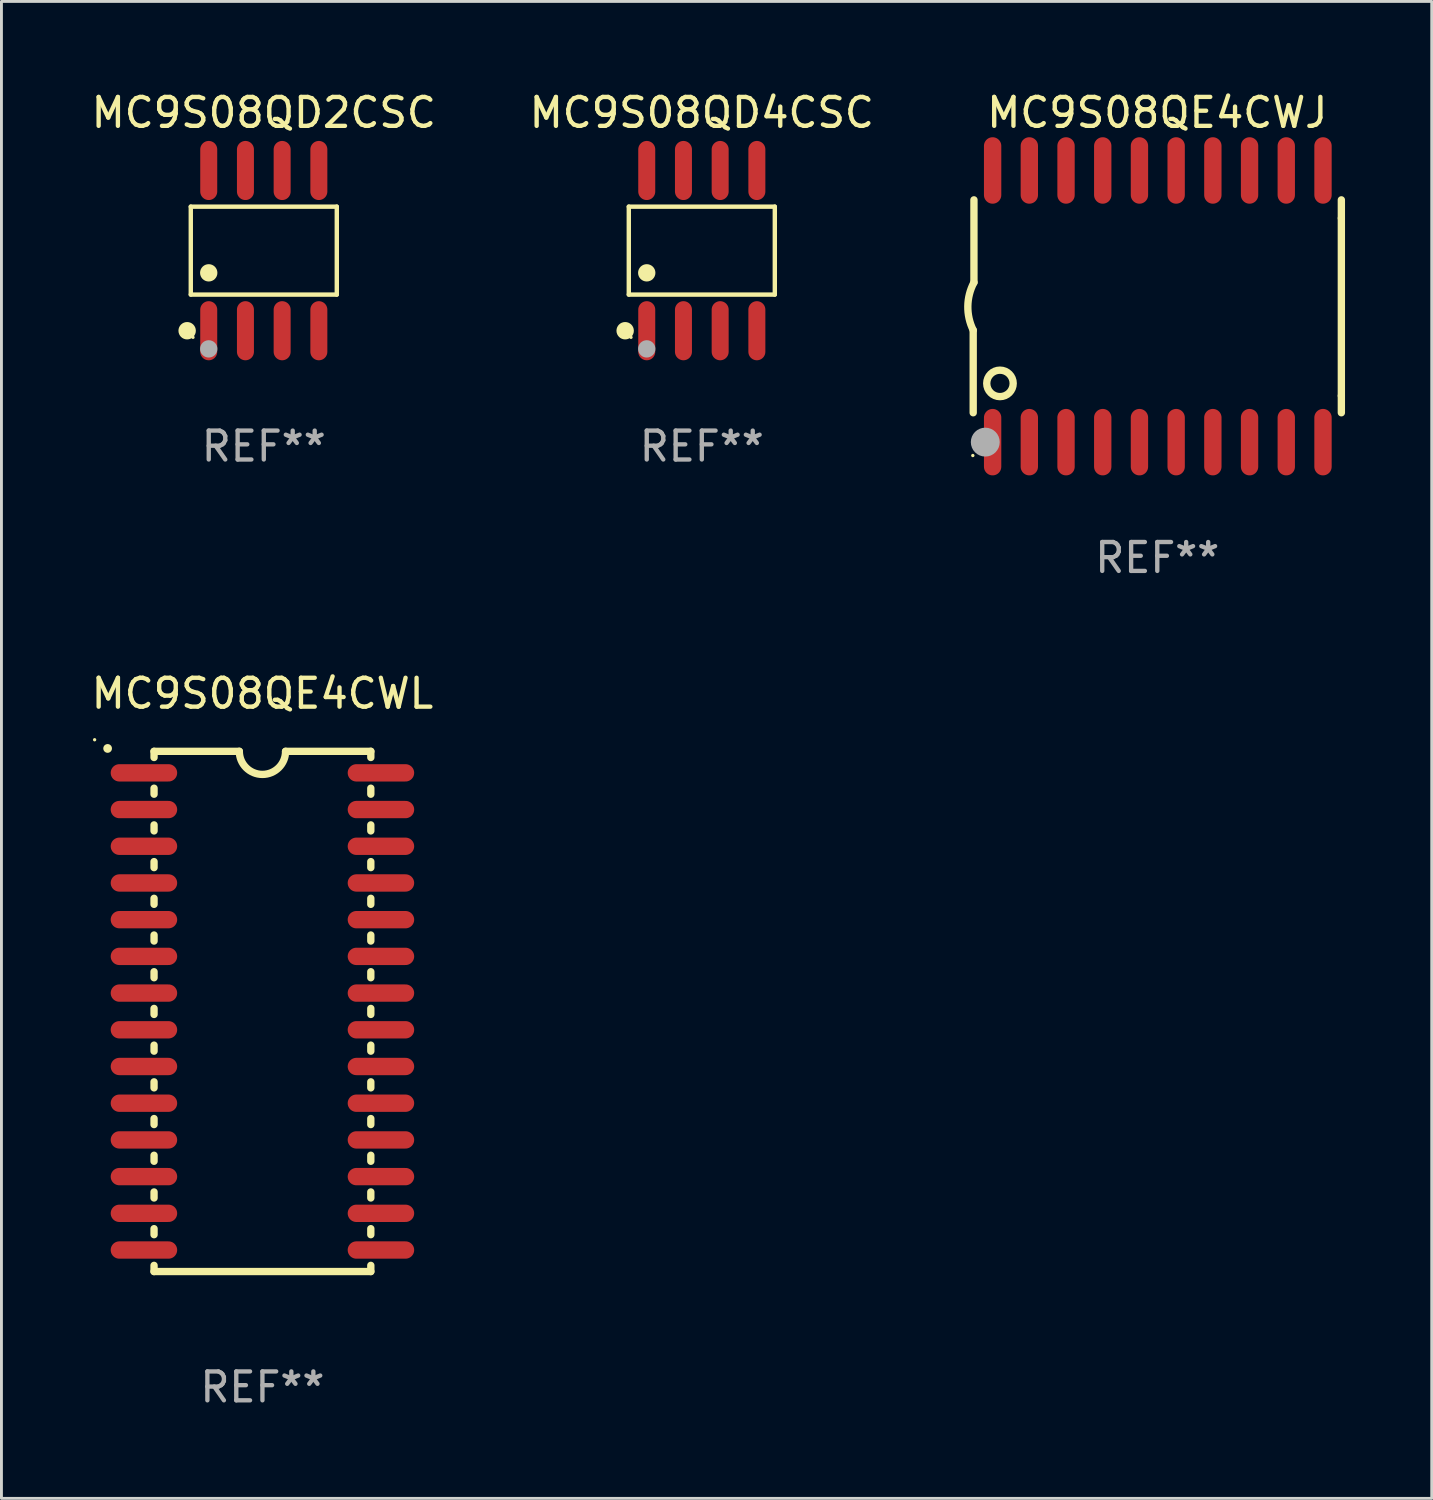
<source format=kicad_pcb>
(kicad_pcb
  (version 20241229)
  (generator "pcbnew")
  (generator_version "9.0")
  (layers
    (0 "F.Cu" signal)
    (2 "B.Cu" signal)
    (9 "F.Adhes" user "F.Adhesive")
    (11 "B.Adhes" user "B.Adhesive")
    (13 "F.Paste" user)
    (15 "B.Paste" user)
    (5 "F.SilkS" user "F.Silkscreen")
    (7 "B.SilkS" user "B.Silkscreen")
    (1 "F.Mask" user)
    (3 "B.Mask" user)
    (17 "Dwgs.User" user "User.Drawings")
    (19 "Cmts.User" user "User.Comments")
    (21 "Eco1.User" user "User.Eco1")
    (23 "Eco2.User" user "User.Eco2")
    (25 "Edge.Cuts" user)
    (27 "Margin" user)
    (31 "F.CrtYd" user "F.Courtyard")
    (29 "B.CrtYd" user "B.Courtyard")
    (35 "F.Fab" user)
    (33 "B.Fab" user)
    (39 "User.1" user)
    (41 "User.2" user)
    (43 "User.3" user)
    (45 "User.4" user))
  (footprint "MC9S08QE4CWL"
    (layer "F.Cu")
    (at 6.03 31.945)
    (property "Reference" "MC9S08QE4CWL" (at 0 -11 0) (layer "F.SilkS") (effects (font (size 1 1) (thickness 0.15))))
    (attr through_hole)
    (fp_line (start -3.75 -9) (end -3.75 -8.786) (stroke (width 0.254) (type solid)) (layer "F.SilkS"))
    (fp_line (start -3.75 -9) (end -0.8 -9) (stroke (width 0.254) (type solid)) (layer "F.SilkS"))
    (fp_line (start -3.75 -7.724) (end -3.75 -7.516) (stroke (width 0.254) (type solid)) (layer "F.SilkS"))
    (fp_line (start -3.75 -6.454) (end -3.75 -6.246) (stroke (width 0.254) (type solid)) (layer "F.SilkS"))
    (fp_line (start -3.75 -5.184) (end -3.75 -4.976) (stroke (width 0.254) (type solid)) (layer "F.SilkS"))
    (fp_line (start -3.75 -3.914) (end -3.75 -3.706) (stroke (width 0.254) (type solid)) (layer "F.SilkS"))
    (fp_line (start -3.75 -2.644) (end -3.75 -2.436) (stroke (width 0.254) (type solid)) (layer "F.SilkS"))
    (fp_line (start -3.75 -1.374) (end -3.75 -1.166) (stroke (width 0.254) (type solid)) (layer "F.SilkS"))
    (fp_line (start -3.75 -0.104) (end -3.75 0.104) (stroke (width 0.254) (type solid)) (layer "F.SilkS"))
    (fp_line (start -3.75 1.166) (end -3.75 1.374) (stroke (width 0.254) (type solid)) (layer "F.SilkS"))
    (fp_line (start -3.75 2.436) (end -3.75 2.644) (stroke (width 0.254) (type solid)) (layer "F.SilkS"))
    (fp_line (start -3.75 3.706) (end -3.75 3.914) (stroke (width 0.254) (type solid)) (layer "F.SilkS"))
    (fp_line (start -3.75 4.976) (end -3.75 5.184) (stroke (width 0.254) (type solid)) (layer "F.SilkS"))
    (fp_line (start -3.75 6.246) (end -3.75 6.454) (stroke (width 0.254) (type solid)) (layer "F.SilkS"))
    (fp_line (start -3.75 7.516) (end -3.75 7.724) (stroke (width 0.254) (type solid)) (layer "F.SilkS"))
    (fp_line (start -3.75 8.786) (end -3.75 9) (stroke (width 0.254) (type solid)) (layer "F.SilkS"))
    (fp_line (start 3.75 -9) (end 0.8 -9) (stroke (width 0.254) (type solid)) (layer "F.SilkS"))
    (fp_line (start 3.75 -9) (end 3.75 -8.786) (stroke (width 0.254) (type solid)) (layer "F.SilkS"))
    (fp_line (start 3.75 -7.724) (end 3.75 -7.516) (stroke (width 0.254) (type solid)) (layer "F.SilkS"))
    (fp_line (start 3.75 -6.454) (end 3.75 -6.246) (stroke (width 0.254) (type solid)) (layer "F.SilkS"))
    (fp_line (start 3.75 -5.184) (end 3.75 -4.976) (stroke (width 0.254) (type solid)) (layer "F.SilkS"))
    (fp_line (start 3.75 -3.914) (end 3.75 -3.706) (stroke (width 0.254) (type solid)) (layer "F.SilkS"))
    (fp_line (start 3.75 -2.644) (end 3.75 -2.436) (stroke (width 0.254) (type solid)) (layer "F.SilkS"))
    (fp_line (start 3.75 -1.374) (end 3.75 -1.166) (stroke (width 0.254) (type solid)) (layer "F.SilkS"))
    (fp_line (start 3.75 -0.104) (end 3.75 0.104) (stroke (width 0.254) (type solid)) (layer "F.SilkS"))
    (fp_line (start 3.75 1.166) (end 3.75 1.374) (stroke (width 0.254) (type solid)) (layer "F.SilkS"))
    (fp_line (start 3.75 2.436) (end 3.75 2.644) (stroke (width 0.254) (type solid)) (layer "F.SilkS"))
    (fp_line (start 3.75 3.706) (end 3.75 3.914) (stroke (width 0.254) (type solid)) (layer "F.SilkS"))
    (fp_line (start 3.75 4.976) (end 3.75 5.184) (stroke (width 0.254) (type solid)) (layer "F.SilkS"))
    (fp_line (start 3.75 6.246) (end 3.75 6.454) (stroke (width 0.254) (type solid)) (layer "F.SilkS"))
    (fp_line (start 3.75 7.516) (end 3.75 7.724) (stroke (width 0.254) (type solid)) (layer "F.SilkS"))
    (fp_line (start 3.75 8.786) (end 3.75 9) (stroke (width 0.254) (type solid)) (layer "F.SilkS"))
    (fp_line (start 3.75 9) (end -3.75 9) (stroke (width 0.254) (type solid)) (layer "F.SilkS"))
    (fp_arc (start -5.356414 -9.098298) (mid -5.356419 -9.099568) (end -5.356414 -9.100838) (stroke (width 0.3) (type solid)) (layer "F.SilkS"))
    (fp_arc (start 0.800076 -9.000025) (mid -0.000102 -8.201067) (end -0.799466 -9.000838) (stroke (width 0.254001) (type solid)) (layer "F.SilkS"))
    (fp_circle (center -5.806 -9.4) (end -5.776 -9.4) (stroke (width 0.06) (type solid)) (fill no) (layer "F.SilkS"))
    (fp_text user "REF**" (at 0 13 0) (layer "F.Fab") (effects (font (size 1 1) (thickness 0.15))))
    (pad "1" smd oval (at -4.1 -8.255 90) (size 0.6 2.3) (layers "F.Cu" "F.Mask" "F.Paste"))
    (pad "2" smd oval (at -4.1 -6.985 90) (size 0.6 2.3) (layers "F.Cu" "F.Mask" "F.Paste"))
    (pad "3" smd oval (at -4.1 -5.715 90) (size 0.6 2.3) (layers "F.Cu" "F.Mask" "F.Paste"))
    (pad "4" smd oval (at -4.1 -4.445 90) (size 0.6 2.3) (layers "F.Cu" "F.Mask" "F.Paste"))
    (pad "5" smd oval (at -4.1 -3.175 90) (size 0.6 2.3) (layers "F.Cu" "F.Mask" "F.Paste"))
    (pad "6" smd oval (at -4.1 -1.905 90) (size 0.6 2.3) (layers "F.Cu" "F.Mask" "F.Paste"))
    (pad "7" smd oval (at -4.1 -0.635 90) (size 0.6 2.3) (layers "F.Cu" "F.Mask" "F.Paste"))
    (pad "8" smd oval (at -4.1 0.635 90) (size 0.6 2.3) (layers "F.Cu" "F.Mask" "F.Paste"))
    (pad "9" smd oval (at -4.1 1.905 90) (size 0.6 2.3) (layers "F.Cu" "F.Mask" "F.Paste"))
    (pad "10" smd oval (at -4.1 3.175 90) (size 0.6 2.3) (layers "F.Cu" "F.Mask" "F.Paste"))
    (pad "11" smd oval (at -4.1 4.445 90) (size 0.6 2.3) (layers "F.Cu" "F.Mask" "F.Paste"))
    (pad "12" smd oval (at -4.1 5.715 90) (size 0.6 2.3) (layers "F.Cu" "F.Mask" "F.Paste"))
    (pad "13" smd oval (at -4.1 6.985 90) (size 0.6 2.3) (layers "F.Cu" "F.Mask" "F.Paste"))
    (pad "14" smd oval (at -4.1 8.255 90) (size 0.6 2.3) (layers "F.Cu" "F.Mask" "F.Paste"))
    (pad "15" smd oval (at 4.1 8.255 90) (size 0.6 2.3) (layers "F.Cu" "F.Mask" "F.Paste"))
    (pad "16" smd oval (at 4.1 6.985 90) (size 0.6 2.3) (layers "F.Cu" "F.Mask" "F.Paste"))
    (pad "17" smd oval (at 4.1 5.715 90) (size 0.6 2.3) (layers "F.Cu" "F.Mask" "F.Paste"))
    (pad "18" smd oval (at 4.1 4.445 90) (size 0.6 2.3) (layers "F.Cu" "F.Mask" "F.Paste"))
    (pad "19" smd oval (at 4.1 3.175 90) (size 0.6 2.3) (layers "F.Cu" "F.Mask" "F.Paste"))
    (pad "20" smd oval (at 4.1 1.905 90) (size 0.6 2.3) (layers "F.Cu" "F.Mask" "F.Paste"))
    (pad "21" smd oval (at 4.1 0.635 90) (size 0.6 2.3) (layers "F.Cu" "F.Mask" "F.Paste"))
    (pad "22" smd oval (at 4.1 -0.635 90) (size 0.6 2.3) (layers "F.Cu" "F.Mask" "F.Paste"))
    (pad "23" smd oval (at 4.1 -1.905 90) (size 0.6 2.3) (layers "F.Cu" "F.Mask" "F.Paste"))
    (pad "24" smd oval (at 4.1 -3.175 90) (size 0.6 2.3) (layers "F.Cu" "F.Mask" "F.Paste"))
    (pad "25" smd oval (at 4.1 -4.445 90) (size 0.6 2.3) (layers "F.Cu" "F.Mask" "F.Paste"))
    (pad "26" smd oval (at 4.1 -5.715 90) (size 0.6 2.3) (layers "F.Cu" "F.Mask" "F.Paste"))
    (pad "27" smd oval (at 4.1 -6.985 90) (size 0.6 2.3) (layers "F.Cu" "F.Mask" "F.Paste"))
    (pad "28" smd oval (at 4.1 -8.255 90) (size 0.6 2.3) (layers "F.Cu" "F.Mask" "F.Paste")))
  (footprint "MC9S08QE4CWJ"
    (layer "F.Cu")
    (at 36.991 7.548)
    (property "Reference" "MC9S08QE4CWJ" (at 0 -6.7 0) (layer "F.SilkS") (effects (font (size 1 1) (thickness 0.15))))
    (attr through_hole)
    (fp_line (start -6.369 0.826) (end -6.369 3.683) (stroke (width 0.254) (type solid)) (layer "F.SilkS"))
    (fp_line (start -6.343 -0.825) (end -6.343 -3.683) (stroke (width 0.254) (type solid)) (layer "F.SilkS"))
    (fp_line (start 6.369 -3.048) (end 6.369 -3.683) (stroke (width 0.254) (type solid)) (layer "F.SilkS"))
    (fp_line (start 6.369 -3.048) (end 6.369 3.096) (stroke (width 0.254) (type solid)) (layer "F.SilkS"))
    (fp_line (start 6.369 3.096) (end 6.369 3.683) (stroke (width 0.254) (type solid)) (layer "F.SilkS"))
    (fp_arc (start -6.36853 0.825552) (mid -6.554743 -0.00301) (end -6.343129 -0.825451) (stroke (width 0.254001) (type solid)) (layer "F.SilkS"))
    (fp_circle (center -6.382 5.163) (end -6.352 5.163) (stroke (width 0.06) (type solid)) (fill no) (layer "F.SilkS"))
    (fp_circle (center -5.443 2.667) (end -4.985 2.667) (stroke (width 0.254) (type solid)) (fill no) (layer "F.SilkS"))
    (fp_circle (center -5.951 4.699) (end -5.701 4.699) (stroke (width 0.5) (type solid)) (fill no) (layer "F.Fab"))
    (fp_text user "REF**" (at 0 8.7 0) (layer "F.Fab") (effects (font (size 1 1) (thickness 0.15))))
    (pad "1" smd oval (at -5.697 4.7 180) (size 0.6 2.3) (layers "F.Cu" "F.Mask" "F.Paste"))
    (pad "2" smd oval (at -4.427 4.7 180) (size 0.6 2.3) (layers "F.Cu" "F.Mask" "F.Paste"))
    (pad "3" smd oval (at -3.157 4.7 180) (size 0.6 2.3) (layers "F.Cu" "F.Mask" "F.Paste"))
    (pad "4" smd oval (at -1.887 4.7 180) (size 0.6 2.3) (layers "F.Cu" "F.Mask" "F.Paste"))
    (pad "5" smd oval (at -0.617 4.7 180) (size 0.6 2.3) (layers "F.Cu" "F.Mask" "F.Paste"))
    (pad "6" smd oval (at 0.653 4.7 180) (size 0.6 2.3) (layers "F.Cu" "F.Mask" "F.Paste"))
    (pad "7" smd oval (at 1.923 4.7 180) (size 0.6 2.3) (layers "F.Cu" "F.Mask" "F.Paste"))
    (pad "8" smd oval (at 3.193 4.7 180) (size 0.6 2.3) (layers "F.Cu" "F.Mask" "F.Paste"))
    (pad "9" smd oval (at 4.463 4.7 180) (size 0.6 2.3) (layers "F.Cu" "F.Mask" "F.Paste"))
    (pad "10" smd oval (at 5.734 4.7 180) (size 0.6 2.3) (layers "F.Cu" "F.Mask" "F.Paste"))
    (pad "11" smd oval (at 5.734 -4.7 180) (size 0.6 2.3) (layers "F.Cu" "F.Mask" "F.Paste"))
    (pad "12" smd oval (at 4.463 -4.7 180) (size 0.6 2.3) (layers "F.Cu" "F.Mask" "F.Paste"))
    (pad "13" smd oval (at 3.193 -4.7 180) (size 0.6 2.3) (layers "F.Cu" "F.Mask" "F.Paste"))
    (pad "14" smd oval (at 1.923 -4.7 180) (size 0.6 2.3) (layers "F.Cu" "F.Mask" "F.Paste"))
    (pad "15" smd oval (at 0.653 -4.7 180) (size 0.6 2.3) (layers "F.Cu" "F.Mask" "F.Paste"))
    (pad "16" smd oval (at -0.617 -4.7 180) (size 0.6 2.3) (layers "F.Cu" "F.Mask" "F.Paste"))
    (pad "17" smd oval (at -1.887 -4.7 180) (size 0.6 2.3) (layers "F.Cu" "F.Mask" "F.Paste"))
    (pad "18" smd oval (at -3.157 -4.7 180) (size 0.6 2.3) (layers "F.Cu" "F.Mask" "F.Paste"))
    (pad "19" smd oval (at -4.427 -4.7 180) (size 0.6 2.3) (layers "F.Cu" "F.Mask" "F.Paste"))
    (pad "20" smd oval (at -5.697 -4.7 180) (size 0.6 2.3) (layers "F.Cu" "F.Mask" "F.Paste")))
  (footprint "MC9S08QD2CSC"
    (layer "F.Cu")
    (at 6.077 5.621)
    (property "Reference" "MC9S08QD2CSC" (at 0 -4.772 0) (layer "F.SilkS") (effects (font (size 1 1) (thickness 0.15))))
    (attr through_hole)
    (fp_line (start -2.526 -1.521) (end 2.526 -1.521) (stroke (width 0.152) (type solid)) (layer "F.SilkS"))
    (fp_line (start -2.526 1.521) (end -2.526 -1.521) (stroke (width 0.152) (type solid)) (layer "F.SilkS"))
    (fp_line (start 2.526 -1.521) (end 2.526 1.521) (stroke (width 0.152) (type solid)) (layer "F.SilkS"))
    (fp_line (start 2.526 1.521) (end -2.526 1.521) (stroke (width 0.152) (type solid)) (layer "F.SilkS"))
    (fp_circle (center -2.652 2.772) (end -2.501 2.772) (stroke (width 0.3) (type solid)) (fill no) (layer "F.SilkS"))
    (fp_circle (center -2.45 3) (end -2.42 3) (stroke (width 0.06) (type solid)) (fill no) (layer "F.SilkS"))
    (fp_circle (center -1.905 0.769) (end -1.755 0.769) (stroke (width 0.3) (type solid)) (fill no) (layer "F.SilkS"))
    (fp_circle (center -1.905 3.4) (end -1.755 3.4) (stroke (width 0.3) (type solid)) (fill no) (layer "F.Fab"))
    (fp_text user "REF**" (at 0 6.772 0) (layer "F.Fab") (effects (font (size 1 1) (thickness 0.15))))
    (pad "1" smd oval (at -1.905 2.772) (size 0.588 2.045) (layers "F.Cu" "F.Mask" "F.Paste"))
    (pad "2" smd oval (at -0.635 2.772) (size 0.588 2.045) (layers "F.Cu" "F.Mask" "F.Paste"))
    (pad "3" smd oval (at 0.635 2.772) (size 0.588 2.045) (layers "F.Cu" "F.Mask" "F.Paste"))
    (pad "4" smd oval (at 1.905 2.772) (size 0.588 2.045) (layers "F.Cu" "F.Mask" "F.Paste"))
    (pad "5" smd oval (at 1.905 -2.772) (size 0.588 2.045) (layers "F.Cu" "F.Mask" "F.Paste"))
    (pad "6" smd oval (at 0.635 -2.772) (size 0.588 2.045) (layers "F.Cu" "F.Mask" "F.Paste"))
    (pad "7" smd oval (at -0.635 -2.772) (size 0.588 2.045) (layers "F.Cu" "F.Mask" "F.Paste"))
    (pad "8" smd oval (at -1.905 -2.772) (size 0.588 2.045) (layers "F.Cu" "F.Mask" "F.Paste")))
  (footprint "MC9S08QD4CSC"
    (layer "F.Cu")
    (at 21.232 5.621)
    (property "Reference" "MC9S08QD4CSC" (at 0 -4.772 0) (layer "F.SilkS") (effects (font (size 1 1) (thickness 0.15))))
    (attr through_hole)
    (fp_line (start -2.526 -1.521) (end 2.526 -1.521) (stroke (width 0.152) (type solid)) (layer "F.SilkS"))
    (fp_line (start -2.526 1.521) (end -2.526 -1.521) (stroke (width 0.152) (type solid)) (layer "F.SilkS"))
    (fp_line (start 2.526 -1.521) (end 2.526 1.521) (stroke (width 0.152) (type solid)) (layer "F.SilkS"))
    (fp_line (start 2.526 1.521) (end -2.526 1.521) (stroke (width 0.152) (type solid)) (layer "F.SilkS"))
    (fp_circle (center -2.652 2.772) (end -2.501 2.772) (stroke (width 0.3) (type solid)) (fill no) (layer "F.SilkS"))
    (fp_circle (center -2.45 3) (end -2.42 3) (stroke (width 0.06) (type solid)) (fill no) (layer "F.SilkS"))
    (fp_circle (center -1.905 0.769) (end -1.755 0.769) (stroke (width 0.3) (type solid)) (fill no) (layer "F.SilkS"))
    (fp_circle (center -1.905 3.4) (end -1.755 3.4) (stroke (width 0.3) (type solid)) (fill no) (layer "F.Fab"))
    (fp_text user "REF**" (at 0 6.772 0) (layer "F.Fab") (effects (font (size 1 1) (thickness 0.15))))
    (pad "1" smd oval (at -1.905 2.772) (size 0.588 2.045) (layers "F.Cu" "F.Mask" "F.Paste"))
    (pad "2" smd oval (at -0.635 2.772) (size 0.588 2.045) (layers "F.Cu" "F.Mask" "F.Paste"))
    (pad "3" smd oval (at 0.635 2.772) (size 0.588 2.045) (layers "F.Cu" "F.Mask" "F.Paste"))
    (pad "4" smd oval (at 1.905 2.772) (size 0.588 2.045) (layers "F.Cu" "F.Mask" "F.Paste"))
    (pad "5" smd oval (at 1.905 -2.772) (size 0.588 2.045) (layers "F.Cu" "F.Mask" "F.Paste"))
    (pad "6" smd oval (at 0.635 -2.772) (size 0.588 2.045) (layers "F.Cu" "F.Mask" "F.Paste"))
    (pad "7" smd oval (at -0.635 -2.772) (size 0.588 2.045) (layers "F.Cu" "F.Mask" "F.Paste"))
    (pad "8" smd oval (at -1.905 -2.772) (size 0.588 2.045) (layers "F.Cu" "F.Mask" "F.Paste")))
  (gr_rect
    (start -3 -3)
    (end 46.487 48.793)
    (stroke (width 0.1) (type default))
    (fill no)
    (layer "Edge.Cuts")))
</source>
